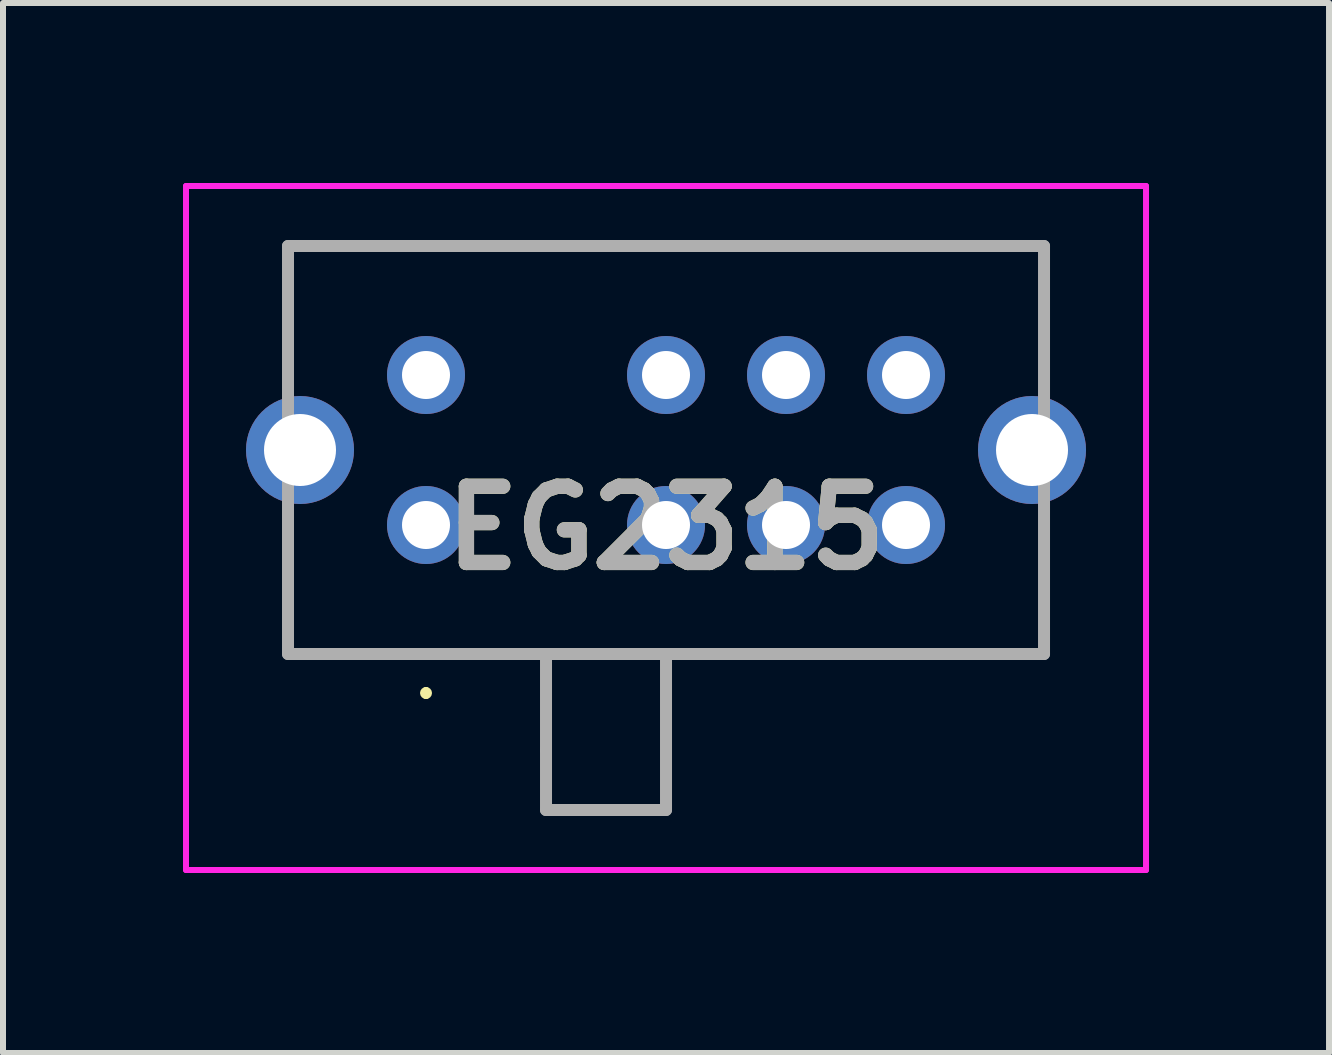
<source format=kicad_pcb>
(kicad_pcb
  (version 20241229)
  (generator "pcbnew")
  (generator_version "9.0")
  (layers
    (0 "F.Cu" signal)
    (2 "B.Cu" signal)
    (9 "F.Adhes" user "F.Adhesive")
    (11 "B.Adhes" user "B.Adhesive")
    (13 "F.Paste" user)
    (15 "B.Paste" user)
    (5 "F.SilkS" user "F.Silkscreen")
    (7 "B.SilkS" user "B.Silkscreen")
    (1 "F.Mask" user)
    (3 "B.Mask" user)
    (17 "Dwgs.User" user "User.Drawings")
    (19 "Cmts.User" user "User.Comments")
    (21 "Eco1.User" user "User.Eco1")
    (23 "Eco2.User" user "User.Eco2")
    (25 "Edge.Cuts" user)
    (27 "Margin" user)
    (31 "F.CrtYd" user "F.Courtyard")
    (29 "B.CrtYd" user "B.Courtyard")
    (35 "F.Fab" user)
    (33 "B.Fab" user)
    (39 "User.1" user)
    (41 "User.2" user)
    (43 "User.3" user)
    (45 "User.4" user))
  (footprint "EG2315"
    (layer "F.Cu")
    (at 4.05 5.7)
    (property "Reference" "EG2315" (at 4 0.05 0) (layer "F.SilkS") (effects (font (size 1.27 1.27) (thickness 0.254))))
    (attr through_hole)
    (fp_line (start -2.1 -4.65) (end 10.3 -4.65) (stroke (width 0.1) (type solid)) (layer "F.SilkS"))
    (fp_line (start -2.1 2.15) (end 10.1 2.15) (stroke (width 0.1) (type solid)) (layer "F.SilkS"))
    (fp_line (start 0 2.75) (end 0 2.75) (stroke (width 0.1) (type solid)) (layer "F.SilkS"))
    (fp_line (start 0 2.85) (end 0 2.85) (stroke (width 0.1) (type solid)) (layer "F.SilkS"))
    (fp_arc (start 0 2.75) (mid 0.05 2.8) (end 0 2.85) (stroke (width 0.1) (type solid)) (layer "F.SilkS"))
    (fp_arc (start 0 2.85) (mid -0.05 2.8) (end 0 2.75) (stroke (width 0.1) (type solid)) (layer "F.SilkS"))
    (fp_line (start -4 -5.65) (end 12 -5.65) (stroke (width 0.1) (type solid)) (layer "F.CrtYd"))
    (fp_line (start -4 5.75) (end -4 -5.65) (stroke (width 0.1) (type solid)) (layer "F.CrtYd"))
    (fp_line (start 12 -5.65) (end 12 5.75) (stroke (width 0.1) (type solid)) (layer "F.CrtYd"))
    (fp_line (start 12 5.75) (end -4 5.75) (stroke (width 0.1) (type solid)) (layer "F.CrtYd"))
    (fp_line (start -2.3 -4.65) (end 10.3 -4.65) (stroke (width 0.2) (type solid)) (layer "F.Fab"))
    (fp_line (start -2.3 2.15) (end -2.3 -4.65) (stroke (width 0.2) (type solid)) (layer "F.Fab"))
    (fp_line (start 2 2.15) (end 2 3.75) (stroke (width 0.2) (type solid)) (layer "F.Fab"))
    (fp_line (start 2 3.75) (end 2 4.75) (stroke (width 0.2) (type solid)) (layer "F.Fab"))
    (fp_line (start 2 4.75) (end 4 4.75) (stroke (width 0.2) (type solid)) (layer "F.Fab"))
    (fp_line (start 4 4.75) (end 4 2.15) (stroke (width 0.2) (type solid)) (layer "F.Fab"))
    (fp_line (start 10.3 -4.65) (end 10.3 2.15) (stroke (width 0.2) (type solid)) (layer "F.Fab"))
    (fp_line (start 10.3 2.15) (end -2.3 2.15) (stroke (width 0.2) (type solid)) (layer "F.Fab"))
    (fp_text user "${REFERENCE}" (at 4 0.05 0) (layer "F.Fab") (effects (font (size 1.27 1.27) (thickness 0.254))))
    (pad "1" thru_hole circle (at 0 0) (size 1.3 1.3) (drill 0.8) (layers "*.Cu" "*.Mask"))
    (pad "2" thru_hole circle (at 4 0) (size 1.3 1.3) (drill 0.8) (layers "*.Cu" "*.Mask"))
    (pad "3" thru_hole circle (at 6 0) (size 1.3 1.3) (drill 0.8) (layers "*.Cu" "*.Mask"))
    (pad "4" thru_hole circle (at 8 0) (size 1.3 1.3) (drill 0.8) (layers "*.Cu" "*.Mask"))
    (pad "5" thru_hole circle (at 0 -2.5) (size 1.3 1.3) (drill 0.8) (layers "*.Cu" "*.Mask"))
    (pad "6" thru_hole circle (at 4 -2.5) (size 1.3 1.3) (drill 0.8) (layers "*.Cu" "*.Mask"))
    (pad "7" thru_hole circle (at 6 -2.5) (size 1.3 1.3) (drill 0.8) (layers "*.Cu" "*.Mask"))
    (pad "8" thru_hole circle (at 8 -2.5) (size 1.3 1.3) (drill 0.8) (layers "*.Cu" "*.Mask"))
    (pad "MH1" thru_hole circle (at -2.1 -1.25) (size 1.8 1.8) (drill 1.2) (layers "*.Cu" "*.Mask"))
    (pad "MH2" thru_hole circle (at 10.1 -1.25) (size 1.8 1.8) (drill 1.2) (layers "*.Cu" "*.Mask")))
  (gr_rect
    (start -3 -3)
    (end 19.1 14.5)
    (stroke (width 0.1) (type default))
    (fill no)
    (layer "Edge.Cuts")))
</source>
